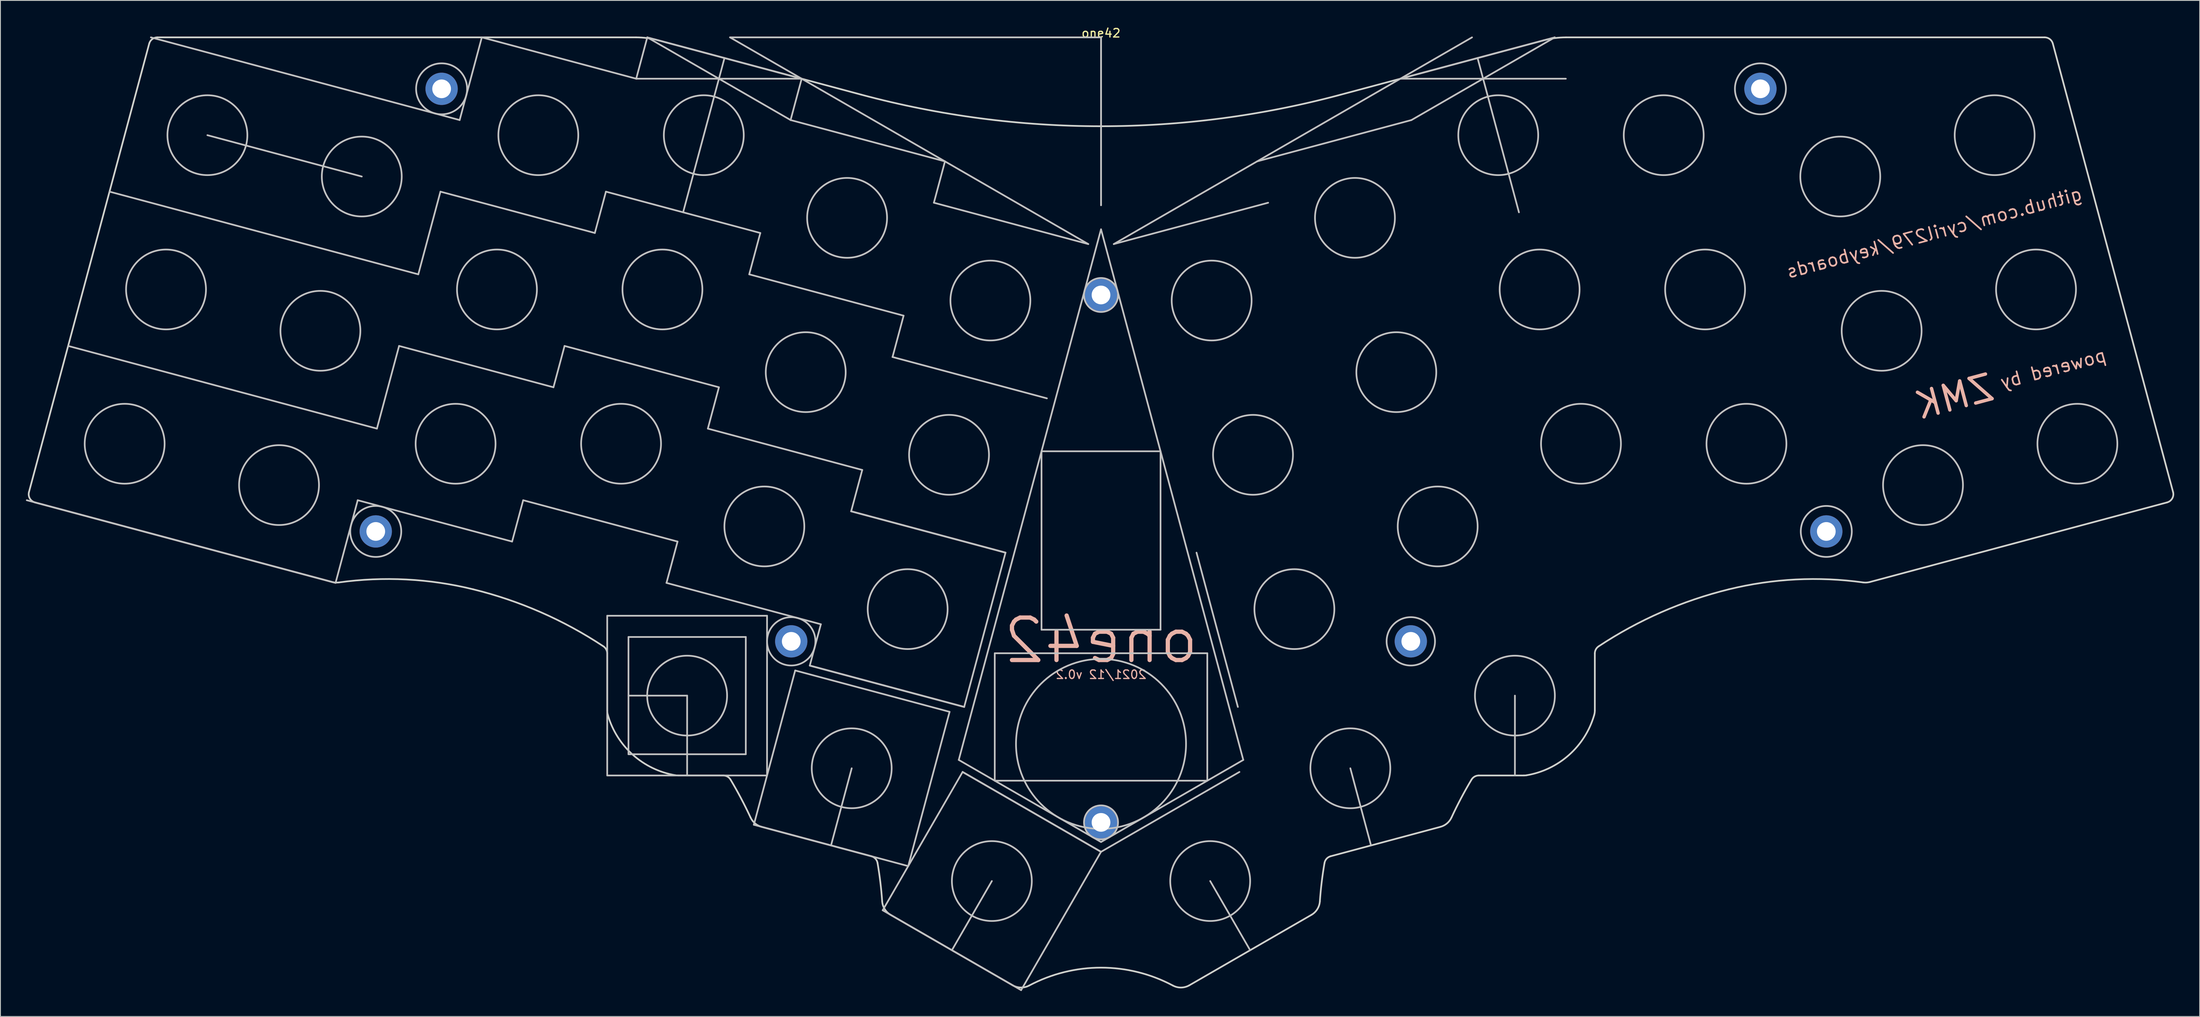
<source format=kicad_pcb>
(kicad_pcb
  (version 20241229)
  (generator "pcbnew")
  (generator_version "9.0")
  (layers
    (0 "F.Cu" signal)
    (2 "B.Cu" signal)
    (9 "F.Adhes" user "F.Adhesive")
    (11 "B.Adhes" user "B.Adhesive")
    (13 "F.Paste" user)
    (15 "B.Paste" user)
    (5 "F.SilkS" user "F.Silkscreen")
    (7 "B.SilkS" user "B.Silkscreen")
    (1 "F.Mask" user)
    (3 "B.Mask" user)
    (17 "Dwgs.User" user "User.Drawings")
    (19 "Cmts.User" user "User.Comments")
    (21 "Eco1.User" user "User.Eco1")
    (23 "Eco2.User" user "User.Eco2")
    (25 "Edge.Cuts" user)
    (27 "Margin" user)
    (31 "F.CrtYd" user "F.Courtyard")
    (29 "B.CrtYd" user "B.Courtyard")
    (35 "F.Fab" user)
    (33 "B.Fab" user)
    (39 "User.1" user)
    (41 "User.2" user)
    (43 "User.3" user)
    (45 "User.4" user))
  (footprint "one42"
    (layer "F.Cu")
    (at 126.458 1.348)
    (property "Reference" "one42" (at 0 -0.5 0) (unlocked yes) (layer "F.SilkS") (effects (font (size 1 1) (thickness 0.15))))
    (fp_line (start -12.5 72.5) (end -9.5 72.5) (stroke (width 0.12) (type solid)) (layer "F.SilkS"))
    (fp_line (start -12.5 75.5) (end -12.5 72.5) (stroke (width 0.12) (type solid)) (layer "F.SilkS"))
    (fp_line (start -12.5 87.5) (end -12.5 84.5) (stroke (width 0.12) (type solid)) (layer "F.SilkS"))
    (fp_line (start -9.5 87.5) (end -12.5 87.5) (stroke (width 0.12) (type solid)) (layer "F.SilkS"))
    (fp_line (start 9.5 72.5) (end 12.5 72.5) (stroke (width 0.12) (type solid)) (layer "F.SilkS"))
    (fp_line (start 12.5 72.5) (end 12.5 75.5) (stroke (width 0.12) (type solid)) (layer "F.SilkS"))
    (fp_line (start 12.5 84.5) (end 12.5 87.5) (stroke (width 0.12) (type solid)) (layer "F.SilkS"))
    (fp_line (start 12.5 87.5) (end 9.5 87.5) (stroke (width 0.12) (type solid)) (layer "F.SilkS"))
    (fp_line (start -105.113 11.513) (end -86.954 16.378) (stroke (width 0.2) (type solid)) (layer "Dwgs.User"))
    (fp_line (start -90.039 64.21) (end -126.358 54.478) (stroke (width 0.2) (type solid)) (layer "Dwgs.User"))
    (fp_line (start -87.431 54.478) (end -90.039 64.21) (stroke (width 0.2) (type solid)) (layer "Dwgs.User"))
    (fp_line (start -85.173 46.05) (end -121.492 36.319) (stroke (width 0.2) (type solid)) (layer "Dwgs.User"))
    (fp_line (start -82.565 36.319) (end -85.173 46.05) (stroke (width 0.2) (type solid)) (layer "Dwgs.User"))
    (fp_line (start -80.307 27.891) (end -116.626 18.159) (stroke (width 0.2) (type solid)) (layer "Dwgs.User"))
    (fp_line (start -77.7 18.159) (end -80.307 27.891) (stroke (width 0.2) (type solid)) (layer "Dwgs.User"))
    (fp_line (start -75.441 9.732) (end -111.76 0) (stroke (width 0.2) (type solid)) (layer "Dwgs.User"))
    (fp_line (start -72.834 0) (end -75.441 9.732) (stroke (width 0.2) (type solid)) (layer "Dwgs.User"))
    (fp_line (start -69.272 59.344) (end -87.431 54.478) (stroke (width 0.2) (type solid)) (layer "Dwgs.User"))
    (fp_line (start -69.272 59.344) (end -67.968 54.478) (stroke (width 0.2) (type solid)) (layer "Dwgs.User"))
    (fp_line (start -67.968 54.478) (end -49.809 59.344) (stroke (width 0.2) (type solid)) (layer "Dwgs.User"))
    (fp_line (start -64.406 41.185) (end -82.565 36.319) (stroke (width 0.2) (type solid)) (layer "Dwgs.User"))
    (fp_line (start -64.406 41.185) (end -63.102 36.319) (stroke (width 0.2) (type solid)) (layer "Dwgs.User"))
    (fp_line (start -63.102 36.319) (end -44.943 41.185) (stroke (width 0.2) (type solid)) (layer "Dwgs.User"))
    (fp_line (start -59.54 23.025) (end -77.7 18.159) (stroke (width 0.2) (type solid)) (layer "Dwgs.User"))
    (fp_line (start -59.54 23.025) (end -58.236 18.159) (stroke (width 0.2) (type solid)) (layer "Dwgs.User"))
    (fp_line (start -58.236 18.159) (end -40.077 23.025) (stroke (width 0.2) (type solid)) (layer "Dwgs.User"))
    (fp_line (start -58.084 68.076) (end -39.284 68.076) (stroke (width 0.2) (type solid)) (layer "Dwgs.User"))
    (fp_line (start -58.084 86.876) (end -58.084 68.076) (stroke (width 0.2) (type solid)) (layer "Dwgs.User"))
    (fp_line (start -55.584 70.576) (end -55.584 84.376) (stroke (width 0.2) (type solid)) (layer "Dwgs.User"))
    (fp_line (start -55.584 84.376) (end -41.784 84.376) (stroke (width 0.2) (type solid)) (layer "Dwgs.User"))
    (fp_line (start -54.674 4.866) (end -72.834 0) (stroke (width 0.2) (type solid)) (layer "Dwgs.User"))
    (fp_line (start -54.674 4.866) (end -53.371 0) (stroke (width 0.2) (type solid)) (layer "Dwgs.User"))
    (fp_line (start -53.371 0) (end -36.515 9.732) (stroke (width 0.2) (type solid)) (layer "Dwgs.User"))
    (fp_line (start -53.371 0) (end -35.211 4.866) (stroke (width 0.2) (type solid)) (layer "Dwgs.User"))
    (fp_line (start -51.112 64.21) (end -32.953 69.076) (stroke (width 0.2) (type solid)) (layer "Dwgs.User"))
    (fp_line (start -49.809 59.344) (end -51.112 64.21) (stroke (width 0.2) (type solid)) (layer "Dwgs.User"))
    (fp_line (start -48.684 77.476) (end -55.584 77.476) (stroke (width 0.2) (type solid)) (layer "Dwgs.User"))
    (fp_line (start -48.684 86.876) (end -48.684 77.476) (stroke (width 0.2) (type solid)) (layer "Dwgs.User"))
    (fp_line (start -46.247 46.05) (end -28.087 50.916) (stroke (width 0.2) (type solid)) (layer "Dwgs.User"))
    (fp_line (start -44.943 41.185) (end -46.247 46.05) (stroke (width 0.2) (type solid)) (layer "Dwgs.User"))
    (fp_line (start -44.291 2.433) (end -49.157 20.592) (stroke (width 0.2) (type solid)) (layer "Dwgs.User"))
    (fp_line (start -43.639 0) (end -1.5 24.329) (stroke (width 0.2) (type solid)) (layer "Dwgs.User"))
    (fp_line (start -41.784 70.576) (end -55.584 70.576) (stroke (width 0.2) (type solid)) (layer "Dwgs.User"))
    (fp_line (start -41.784 84.376) (end -41.784 70.576) (stroke (width 0.2) (type solid)) (layer "Dwgs.User"))
    (fp_line (start -41.381 27.891) (end -23.221 32.757) (stroke (width 0.2) (type solid)) (layer "Dwgs.User"))
    (fp_line (start -40.838 92.676) (end -22.679 97.542) (stroke (width 0.2) (type solid)) (layer "Dwgs.User"))
    (fp_line (start -40.077 23.025) (end -41.381 27.891) (stroke (width 0.2) (type solid)) (layer "Dwgs.User"))
    (fp_line (start -39.284 68.076) (end -39.284 86.876) (stroke (width 0.2) (type solid)) (layer "Dwgs.User"))
    (fp_line (start -39.284 86.876) (end -58.084 86.876) (stroke (width 0.2) (type solid)) (layer "Dwgs.User"))
    (fp_line (start -36.515 9.732) (end -18.356 14.597) (stroke (width 0.2) (type solid)) (layer "Dwgs.User"))
    (fp_line (start -35.973 74.517) (end -40.838 92.676) (stroke (width 0.2) (type solid)) (layer "Dwgs.User"))
    (fp_line (start -35.211 4.866) (end -54.674 4.866) (stroke (width 0.2) (type solid)) (layer "Dwgs.User"))
    (fp_line (start -35.211 4.866) (end -36.515 9.732) (stroke (width 0.2) (type solid)) (layer "Dwgs.User"))
    (fp_line (start -34.257 73.941) (end -16.097 78.807) (stroke (width 0.2) (type solid)) (layer "Dwgs.User"))
    (fp_line (start -34.257 73.941) (end -16.097 78.807) (stroke (width 0.2) (type solid)) (layer "Dwgs.User"))
    (fp_line (start -32.953 69.076) (end -34.257 73.941) (stroke (width 0.2) (type solid)) (layer "Dwgs.User"))
    (fp_line (start -29.391 55.782) (end -11.232 60.648) (stroke (width 0.2) (type solid)) (layer "Dwgs.User"))
    (fp_line (start -29.391 55.782) (end -11.232 60.648) (stroke (width 0.2) (type solid)) (layer "Dwgs.User"))
    (fp_line (start -29.326 86.03) (end -31.759 95.109) (stroke (width 0.2) (type solid)) (layer "Dwgs.User"))
    (fp_line (start -28.087 50.916) (end -29.391 55.782) (stroke (width 0.2) (type solid)) (layer "Dwgs.User"))
    (fp_line (start -25.681 102.742) (end -9.4 112.142) (stroke (width 0.2) (type solid)) (layer "Dwgs.User"))
    (fp_line (start -24.525 37.623) (end -6.366 42.488) (stroke (width 0.2) (type solid)) (layer "Dwgs.User"))
    (fp_line (start -23.221 32.757) (end -24.525 37.623) (stroke (width 0.2) (type solid)) (layer "Dwgs.User"))
    (fp_line (start -22.679 97.542) (end -17.813 79.383) (stroke (width 0.2) (type solid)) (layer "Dwgs.User"))
    (fp_line (start -19.659 19.463) (end -1.5 24.329) (stroke (width 0.2) (type solid)) (layer "Dwgs.User"))
    (fp_line (start -18.356 14.597) (end -19.659 19.463) (stroke (width 0.2) (type solid)) (layer "Dwgs.User"))
    (fp_line (start -17.813 79.383) (end -35.973 74.517) (stroke (width 0.2) (type solid)) (layer "Dwgs.User"))
    (fp_line (start -17.541 107.442) (end -12.841 99.302) (stroke (width 0.2) (type solid)) (layer "Dwgs.User"))
    (fp_line (start -16.734 85.045) (end 0 94.706) (stroke (width 0.2) (type solid)) (layer "Dwgs.User"))
    (fp_line (start -16.281 86.461) (end -25.681 102.742) (stroke (width 0.2) (type solid)) (layer "Dwgs.User"))
    (fp_line (start -16.281 86.461) (end 0 95.861) (stroke (width 0.2) (type solid)) (layer "Dwgs.User"))
    (fp_line (start -16.097 78.807) (end -11.232 60.648) (stroke (width 0.2) (type solid)) (layer "Dwgs.User"))
    (fp_line (start -12.5 72.489) (end -12.5 87.489) (stroke (width 0.2) (type solid)) (layer "Dwgs.User"))
    (fp_line (start -12.5 87.489) (end 12.5 87.489) (stroke (width 0.2) (type solid)) (layer "Dwgs.User"))
    (fp_line (start -9.4 112.142) (end 0 95.861) (stroke (width 0.2) (type solid)) (layer "Dwgs.User"))
    (fp_line (start -7 48.719) (end 7 48.719) (stroke (width 0.2) (type solid)) (layer "Dwgs.User"))
    (fp_line (start -7 69.719) (end -7 48.719) (stroke (width 0.2) (type solid)) (layer "Dwgs.User"))
    (fp_line (start 0 0) (end -43.639 0) (stroke (width 0.2) (type solid)) (layer "Dwgs.User"))
    (fp_line (start 0 0) (end 0 19.759) (stroke (width 0.2) (type solid)) (layer "Dwgs.User"))
    (fp_line (start 0 0) (end 0 19.759) (stroke (width 0.2) (type solid)) (layer "Dwgs.User"))
    (fp_line (start 0 22.595) (end -16.734 85.045) (stroke (width 0.2) (type solid)) (layer "Dwgs.User"))
    (fp_line (start 0 22.595) (end 16.734 85.045) (stroke (width 0.2) (type solid)) (layer "Dwgs.User"))
    (fp_line (start 0 95.861) (end -16.281 86.461) (stroke (width 0.2) (type solid)) (layer "Dwgs.User"))
    (fp_line (start 7 48.719) (end 7 69.719) (stroke (width 0.2) (type solid)) (layer "Dwgs.User"))
    (fp_line (start 7 69.719) (end -7 69.719) (stroke (width 0.2) (type solid)) (layer "Dwgs.User"))
    (fp_line (start 12.5 72.489) (end -12.5 72.489) (stroke (width 0.2) (type solid)) (layer "Dwgs.User"))
    (fp_line (start 12.5 87.489) (end 12.5 72.489) (stroke (width 0.2) (type solid)) (layer "Dwgs.User"))
    (fp_line (start 16.097 78.807) (end 11.232 60.648) (stroke (width 0.2) (type solid)) (layer "Dwgs.User"))
    (fp_line (start 16.281 86.461) (end 0 95.861) (stroke (width 0.2) (type solid)) (layer "Dwgs.User"))
    (fp_line (start 16.734 85.045) (end 0 94.706) (stroke (width 0.2) (type solid)) (layer "Dwgs.User"))
    (fp_line (start 17.541 107.442) (end 12.841 99.302) (stroke (width 0.2) (type solid)) (layer "Dwgs.User"))
    (fp_line (start 19.659 19.463) (end 1.5 24.329) (stroke (width 0.2) (type solid)) (layer "Dwgs.User"))
    (fp_line (start 29.326 86.03) (end 31.759 95.109) (stroke (width 0.2) (type solid)) (layer "Dwgs.User"))
    (fp_line (start 35.211 4.866) (end 54.674 4.866) (stroke (width 0.2) (type solid)) (layer "Dwgs.User"))
    (fp_line (start 36.515 9.732) (end 18.356 14.597) (stroke (width 0.2) (type solid)) (layer "Dwgs.User"))
    (fp_line (start 43.639 0) (end 1.5 24.329) (stroke (width 0.2) (type solid)) (layer "Dwgs.User"))
    (fp_line (start 44.291 2.433) (end 49.157 20.592) (stroke (width 0.2) (type solid)) (layer "Dwgs.User"))
    (fp_line (start 48.684 86.876) (end 48.684 77.476) (stroke (width 0.2) (type solid)) (layer "Dwgs.User"))
    (fp_line (start 53.371 0) (end 35.211 4.866) (stroke (width 0.2) (type solid)) (layer "Dwgs.User"))
    (fp_line (start 53.371 0) (end 36.515 9.732) (stroke (width 0.2) (type solid)) (layer "Dwgs.User"))
    (fp_circle (center -114.845 47.831) (end -110.145 47.831) (stroke (width 0.2) (type solid)) (fill no) (layer "Dwgs.User"))
    (fp_circle (center -109.979 29.672) (end -105.279 29.672) (stroke (width 0.2) (type solid)) (fill no) (layer "Dwgs.User"))
    (fp_circle (center -105.113 11.513) (end -100.413 11.513) (stroke (width 0.2) (type solid)) (fill no) (layer "Dwgs.User"))
    (fp_circle (center -96.686 52.697) (end -91.986 52.697) (stroke (width 0.2) (type solid)) (fill no) (layer "Dwgs.User"))
    (fp_circle (center -91.82 34.538) (end -87.12 34.538) (stroke (width 0.2) (type solid)) (fill no) (layer "Dwgs.User"))
    (fp_circle (center -86.954 16.378) (end -82.254 16.378) (stroke (width 0.2) (type solid)) (fill no) (layer "Dwgs.User"))
    (fp_circle (center -85.31 58.152) (end -82.31 58.152) (stroke (width 0.2) (type solid)) (fill no) (layer "Dwgs.User"))
    (fp_circle (center -77.563 6.057) (end -74.563 6.057) (stroke (width 0.2) (type solid)) (fill no) (layer "Dwgs.User"))
    (fp_circle (center -75.919 47.831) (end -71.219 47.831) (stroke (width 0.2) (type solid)) (fill no) (layer "Dwgs.User"))
    (fp_circle (center -71.053 29.672) (end -66.353 29.672) (stroke (width 0.2) (type solid)) (fill no) (layer "Dwgs.User"))
    (fp_circle (center -66.187 11.513) (end -61.487 11.513) (stroke (width 0.2) (type solid)) (fill no) (layer "Dwgs.User"))
    (fp_circle (center -56.455 47.831) (end -51.755 47.831) (stroke (width 0.2) (type solid)) (fill no) (layer "Dwgs.User"))
    (fp_circle (center -51.59 29.672) (end -46.89 29.672) (stroke (width 0.2) (type solid)) (fill no) (layer "Dwgs.User"))
    (fp_circle (center -48.684 77.476) (end -43.984 77.476) (stroke (width 0.2) (type solid)) (fill no) (layer "Dwgs.User"))
    (fp_circle (center -46.724 11.513) (end -42.024 11.513) (stroke (width 0.2) (type solid)) (fill no) (layer "Dwgs.User"))
    (fp_circle (center -39.6 57.563) (end -34.9 57.563) (stroke (width 0.2) (type solid)) (fill no) (layer "Dwgs.User"))
    (fp_circle (center -36.438 71.088) (end -33.593 71.088) (stroke (width 0.2) (type solid)) (fill no) (layer "Dwgs.User"))
    (fp_circle (center -34.734 39.404) (end -30.034 39.404) (stroke (width 0.2) (type solid)) (fill no) (layer "Dwgs.User"))
    (fp_circle (center -29.868 21.244) (end -25.168 21.244) (stroke (width 0.2) (type solid)) (fill no) (layer "Dwgs.User"))
    (fp_circle (center -29.326 86.03) (end -24.626 86.03) (stroke (width 0.2) (type solid)) (fill no) (layer "Dwgs.User"))
    (fp_circle (center -22.744 67.295) (end -18.044 67.295) (stroke (width 0.2) (type solid)) (fill no) (layer "Dwgs.User"))
    (fp_circle (center -17.878 49.135) (end -13.178 49.135) (stroke (width 0.2) (type solid)) (fill no) (layer "Dwgs.User"))
    (fp_circle (center -13.013 30.976) (end -8.313 30.976) (stroke (width 0.2) (type solid)) (fill no) (layer "Dwgs.User"))
    (fp_circle (center -12.841 99.302) (end -8.141 99.302) (stroke (width 0.2) (type solid)) (fill no) (layer "Dwgs.User"))
    (fp_circle (center 0 30.322) (end 2 30.322) (stroke (width 0.2) (type solid)) (fill no) (layer "Dwgs.User"))
    (fp_circle (center 0 83.159) (end 10 83.159) (stroke (width 0.2) (type solid)) (fill no) (layer "Dwgs.User"))
    (fp_circle (center 0 92.397) (end 2 92.397) (stroke (width 0.2) (type solid)) (fill no) (layer "Dwgs.User"))
    (fp_circle (center 12.841 99.302) (end 17.541 99.302) (stroke (width 0.2) (type solid)) (fill no) (layer "Dwgs.User"))
    (fp_circle (center 13.013 30.976) (end 17.713 30.976) (stroke (width 0.2) (type solid)) (fill no) (layer "Dwgs.User"))
    (fp_circle (center 17.878 49.135) (end 22.578 49.135) (stroke (width 0.2) (type solid)) (fill no) (layer "Dwgs.User"))
    (fp_circle (center 22.744 67.295) (end 27.444 67.295) (stroke (width 0.2) (type solid)) (fill no) (layer "Dwgs.User"))
    (fp_circle (center 29.326 86.03) (end 34.026 86.03) (stroke (width 0.2) (type solid)) (fill no) (layer "Dwgs.User"))
    (fp_circle (center 29.868 21.244) (end 34.568 21.244) (stroke (width 0.2) (type solid)) (fill no) (layer "Dwgs.User"))
    (fp_circle (center 34.734 39.404) (end 39.434 39.404) (stroke (width 0.2) (type solid)) (fill no) (layer "Dwgs.User"))
    (fp_circle (center 36.438 71.088) (end 39.284 71.088) (stroke (width 0.2) (type solid)) (fill no) (layer "Dwgs.User"))
    (fp_circle (center 39.6 57.563) (end 44.3 57.563) (stroke (width 0.2) (type solid)) (fill no) (layer "Dwgs.User"))
    (fp_circle (center 46.724 11.513) (end 51.424 11.513) (stroke (width 0.2) (type solid)) (fill no) (layer "Dwgs.User"))
    (fp_circle (center 48.684 77.476) (end 53.384 77.476) (stroke (width 0.2) (type solid)) (fill no) (layer "Dwgs.User"))
    (fp_circle (center 51.59 29.672) (end 56.29 29.672) (stroke (width 0.2) (type solid)) (fill no) (layer "Dwgs.User"))
    (fp_circle (center 56.455 47.831) (end 61.155 47.831) (stroke (width 0.2) (type solid)) (fill no) (layer "Dwgs.User"))
    (fp_circle (center 66.187 11.513) (end 70.887 11.513) (stroke (width 0.2) (type solid)) (fill no) (layer "Dwgs.User"))
    (fp_circle (center 71.053 29.672) (end 75.753 29.672) (stroke (width 0.2) (type solid)) (fill no) (layer "Dwgs.User"))
    (fp_circle (center 75.919 47.831) (end 80.619 47.831) (stroke (width 0.2) (type solid)) (fill no) (layer "Dwgs.User"))
    (fp_circle (center 77.563 6.057) (end 80.563 6.057) (stroke (width 0.2) (type solid)) (fill no) (layer "Dwgs.User"))
    (fp_circle (center 85.31 58.152) (end 88.31 58.152) (stroke (width 0.2) (type solid)) (fill no) (layer "Dwgs.User"))
    (fp_circle (center 86.954 16.378) (end 91.654 16.378) (stroke (width 0.2) (type solid)) (fill no) (layer "Dwgs.User"))
    (fp_circle (center 91.82 34.538) (end 96.52 34.538) (stroke (width 0.2) (type solid)) (fill no) (layer "Dwgs.User"))
    (fp_circle (center 96.686 52.697) (end 101.386 52.697) (stroke (width 0.2) (type solid)) (fill no) (layer "Dwgs.User"))
    (fp_circle (center 105.113 11.513) (end 109.813 11.513) (stroke (width 0.2) (type solid)) (fill no) (layer "Dwgs.User"))
    (fp_circle (center 109.979 29.672) (end 114.679 29.672) (stroke (width 0.2) (type solid)) (fill no) (layer "Dwgs.User"))
    (fp_circle (center 114.845 47.831) (end 119.545 47.831) (stroke (width 0.2) (type solid)) (fill no) (layer "Dwgs.User"))
    (fp_line (start -125.392 54.737) (end -90.435 64.104) (stroke (width 0.2) (type solid)) (layer "Edge.Cuts"))
    (fp_line (start -111.959 0.741) (end -126.099 53.512) (stroke (width 0.2) (type solid)) (layer "Edge.Cuts"))
    (fp_line (start -58.084 72.51) (end -58.084 79.216) (stroke (width 0.2) (type solid)) (layer "Edge.Cuts"))
    (fp_line (start -54.687 0) (end -110.993 0) (stroke (width 0.2) (type solid)) (layer "Edge.Cuts"))
    (fp_line (start -49.739 86.876) (end -44.436 86.876) (stroke (width 0.2) (type solid)) (layer "Edge.Cuts"))
    (fp_line (start -39.923 92.922) (end -27.013 96.381) (stroke (width 0.2) (type solid)) (layer "Edge.Cuts"))
    (fp_line (start -28.179 6.75) (end -52.099 0.341) (stroke (width 0.2) (type solid)) (layer "Edge.Cuts"))
    (fp_line (start -24.747 103.282) (end -10.394 111.568) (stroke (width 0.2) (type solid)) (layer "Edge.Cuts"))
    (fp_line (start 10.394 111.568) (end 24.747 103.282) (stroke (width 0.2) (type solid)) (layer "Edge.Cuts"))
    (fp_line (start 27.013 96.381) (end 39.923 92.922) (stroke (width 0.2) (type solid)) (layer "Edge.Cuts"))
    (fp_line (start 44.436 86.876) (end 49.739 86.876) (stroke (width 0.2) (type solid)) (layer "Edge.Cuts"))
    (fp_line (start 52.099 0.341) (end 28.179 6.75) (stroke (width 0.2) (type solid)) (layer "Edge.Cuts"))
    (fp_line (start 58.084 79.216) (end 58.084 72.51) (stroke (width 0.2) (type solid)) (layer "Edge.Cuts"))
    (fp_line (start 90.435 64.104) (end 125.392 54.737) (stroke (width 0.2) (type solid)) (layer "Edge.Cuts"))
    (fp_line (start 110.993 0) (end 54.687 0) (stroke (width 0.2) (type solid)) (layer "Edge.Cuts"))
    (fp_line (start 126.099 53.512) (end 111.959 0.741) (stroke (width 0.2) (type solid)) (layer "Edge.Cuts"))
    (fp_arc (start -125.391688 54.737034) (mid -125.998894 54.271108) (end -126.098794 53.51229) (stroke (width 0.2) (type solid)) (layer "Edge.Cuts"))
    (fp_arc (start -111.958817 0.74118) (mid -111.601653 0.206646) (end -110.992892 0) (stroke (width 0.2) (type solid)) (layer "Edge.Cuts"))
    (fp_arc (start -89.642148 64.152777) (mid -90.041033 64.167974) (end -90.434991 64.103654) (stroke (width 0.2) (type solid)) (layer "Edge.Cuts"))
    (fp_arc (start -89.642147 64.152777) (mid -81.71552 63.808181) (end -73.865523 64.960439) (stroke (width 0.2) (type solid)) (layer "Edge.Cuts"))
    (fp_arc (start -73.865523 64.960438) (mid -65.908404 67.65551) (end -58.531848 71.676154) (stroke (width 0.2) (type solid)) (layer "Edge.Cuts"))
    (fp_arc (start -58.531848 71.676154) (mid -58.203246 72.036655) (end -58.084276 72.509715) (stroke (width 0.2) (type solid)) (layer "Edge.Cuts"))
    (fp_arc (start -58.005228 79.77281) (mid -58.064416 79.497239) (end -58.084276 79.216083) (stroke (width 0.2) (type solid)) (layer "Edge.Cuts"))
    (fp_arc (start -54.687167 -0.000001) (mid -53.381905 0.08555) (end -52.098977 0.340741) (stroke (width 0.2) (type solid)) (layer "Edge.Cuts"))
    (fp_arc (start -50.074045 86.84814) (mid -55.057442 84.451396) (end -58.005228 79.772809) (stroke (width 0.2) (type solid)) (layer "Edge.Cuts"))
    (fp_arc (start -49.73933 86.876346) (mid -49.907281 86.869282) (end -50.074045 86.848139) (stroke (width 0.2) (type solid)) (layer "Edge.Cuts"))
    (fp_arc (start -44.436438 86.876346) (mid -43.94242 87.006894) (end -43.577388 87.364454) (stroke (width 0.2) (type solid)) (layer "Edge.Cuts"))
    (fp_arc (start -43.577388 87.364454) (mid -42.341139 89.566856) (end -41.220561 91.830303) (stroke (width 0.2) (type solid)) (layer "Edge.Cuts"))
    (fp_arc (start -39.923453 92.921502) (mid -40.693325 92.520113) (end -41.220561 91.830303) (stroke (width 0.2) (type solid)) (layer "Edge.Cuts"))
    (fp_arc (start -27.012584 96.380958) (mid -26.532751 96.672797) (end -26.285896 97.177249) (stroke (width 0.2) (type solid)) (layer "Edge.Cuts"))
    (fp_arc (start -26.285896 97.177249) (mid -25.957056 99.425966) (end -25.742167 101.688418) (stroke (width 0.2) (type solid)) (layer "Edge.Cuts"))
    (fp_arc (start -24.746988 103.281696) (mid -25.44328 102.609169) (end -25.742167 101.688418) (stroke (width 0.2) (type solid)) (layer "Edge.Cuts"))
    (fp_arc (start -8.454613 111.601989) (mid 0 109.492852) (end 8.454612 111.601989) (stroke (width 0.2) (type solid)) (layer "Edge.Cuts"))
    (fp_arc (start -8.454611 111.60199) (mid -9.428658 111.836039) (end -10.394013 111.568389) (stroke (width 0.2) (type solid)) (layer "Edge.Cuts"))
    (fp_arc (start 10.394013 111.568388) (mid 9.428659 111.836037) (end 8.454612 111.601989) (stroke (width 0.2) (type solid)) (layer "Edge.Cuts"))
    (fp_arc (start 25.742166 101.688418) (mid 25.443279 102.609168) (end 24.746987 103.281695) (stroke (width 0.2) (type solid)) (layer "Edge.Cuts"))
    (fp_arc (start 25.742167 101.688418) (mid 25.957057 99.425966) (end 26.285896 97.177249) (stroke (width 0.2) (type solid)) (layer "Edge.Cuts"))
    (fp_arc (start 26.285896 97.177249) (mid 26.532751 96.672797) (end 27.012584 96.380958) (stroke (width 0.2) (type solid)) (layer "Edge.Cuts"))
    (fp_arc (start 28.1793 6.749999) (mid 0 10.459874) (end -28.1793 6.749999) (stroke (width 0.2) (type solid)) (layer "Edge.Cuts"))
    (fp_arc (start 41.220561 91.830302) (mid 40.693326 92.520112) (end 39.923454 92.921501) (stroke (width 0.2) (type solid)) (layer "Edge.Cuts"))
    (fp_arc (start 41.220561 91.830303) (mid 42.341139 89.566856) (end 43.577388 87.364454) (stroke (width 0.2) (type solid)) (layer "Edge.Cuts"))
    (fp_arc (start 43.577389 87.364454) (mid 43.94242 87.006895) (end 44.436438 86.876347) (stroke (width 0.2) (type solid)) (layer "Edge.Cuts"))
    (fp_arc (start 50.074045 86.84814) (mid 49.907281 86.869283) (end 49.73933 86.876347) (stroke (width 0.2) (type solid)) (layer "Edge.Cuts"))
    (fp_arc (start 52.098978 0.340742) (mid 53.381906 0.085552) (end 54.687168 0) (stroke (width 0.2) (type solid)) (layer "Edge.Cuts"))
    (fp_arc (start 58.005227 79.772808) (mid 55.057441 84.451395) (end 50.074045 86.848139) (stroke (width 0.2) (type solid)) (layer "Edge.Cuts"))
    (fp_arc (start 58.084276 72.509715) (mid 58.203246 72.036655) (end 58.531848 71.676154) (stroke (width 0.2) (type solid)) (layer "Edge.Cuts"))
    (fp_arc (start 58.084276 79.216082) (mid 58.064415 79.497237) (end 58.005228 79.772809) (stroke (width 0.2) (type solid)) (layer "Edge.Cuts"))
    (fp_arc (start 58.531848 71.676155) (mid 65.908404 67.655512) (end 73.865523 64.960439) (stroke (width 0.2) (type solid)) (layer "Edge.Cuts"))
    (fp_arc (start 73.865524 64.960439) (mid 81.715521 63.808182) (end 89.642148 64.152777) (stroke (width 0.2) (type solid)) (layer "Edge.Cuts"))
    (fp_arc (start 90.434991 64.103654) (mid 90.041033 64.167974) (end 89.642148 64.152777) (stroke (width 0.2) (type solid)) (layer "Edge.Cuts"))
    (fp_arc (start 110.992892 -0.000001) (mid 111.601653 0.206646) (end 111.958818 0.74118) (stroke (width 0.2) (type solid)) (layer "Edge.Cuts"))
    (fp_arc (start 126.098795 53.51229) (mid 125.998894 54.271109) (end 125.391688 54.737035) (stroke (width 0.2) (type solid)) (layer "Edge.Cuts"))
    (fp_text user "2021/12 v0.2" (at 0 75 0) (unlocked yes) (layer "B.SilkS") (effects (font (size 1 1) (thickness 0.15)) (justify mirror)))
    (fp_text user "ZMK" (at 100.386 42.293 15) (unlocked yes) (layer "B.SilkS") (effects (font (size 3 3) (thickness 0.4)) (justify mirror)))
    (fp_text user "github.com/cyril279/keyboards" (at 98 23 15) (unlocked yes) (layer "B.SilkS") (effects (font (size 1.5 1.5) (thickness 0.2)) (justify mirror)))
    (fp_text user "one42" (at 0 71 0) (unlocked yes) (layer "B.SilkS") (effects (font (size 5 5) (thickness 0.5)) (justify mirror)))
    (fp_text user "powered by" (at 112 39 15) (unlocked yes) (layer "B.SilkS") (effects (font (size 1.5 1.5) (thickness 0.2)) (justify mirror)))
    (pad "1" thru_hole circle (at -85.31 58.152) (size 3.8 3.8) (drill 2.2) (layers "*.Cu" "*.Mask"))
    (pad "1" thru_hole circle (at -77.563 6.057) (size 3.8 3.8) (drill 2.2) (layers "*.Cu" "*.Mask"))
    (pad "1" thru_hole circle (at -36.438 71.088) (size 3.8 3.8) (drill 2.2) (layers "*.Cu" "*.Mask"))
    (pad "1" thru_hole circle (at 0 30.322) (size 3.8 3.8) (drill 2.2) (layers "*.Cu" "*.Mask"))
    (pad "1" thru_hole circle (at 0 92.397) (size 3.8 3.8) (drill 2.2) (layers "*.Cu" "*.Mask"))
    (pad "1" thru_hole circle (at 36.438 71.088) (size 3.8 3.8) (drill 2.2) (layers "*.Cu" "*.Mask"))
    (pad "1" thru_hole circle (at 77.563 6.057) (size 3.8 3.8) (drill 2.2) (layers "*.Cu" "*.Mask"))
    (pad "1" thru_hole circle (at 85.31 58.152) (size 3.8 3.8) (drill 2.2) (layers "*.Cu" "*.Mask")))
  (gr_rect
    (start -3 -3)
    (end 255.69 116.591)
    (stroke (width 0.1) (type default))
    (fill no)
    (layer "Edge.Cuts")))
</source>
